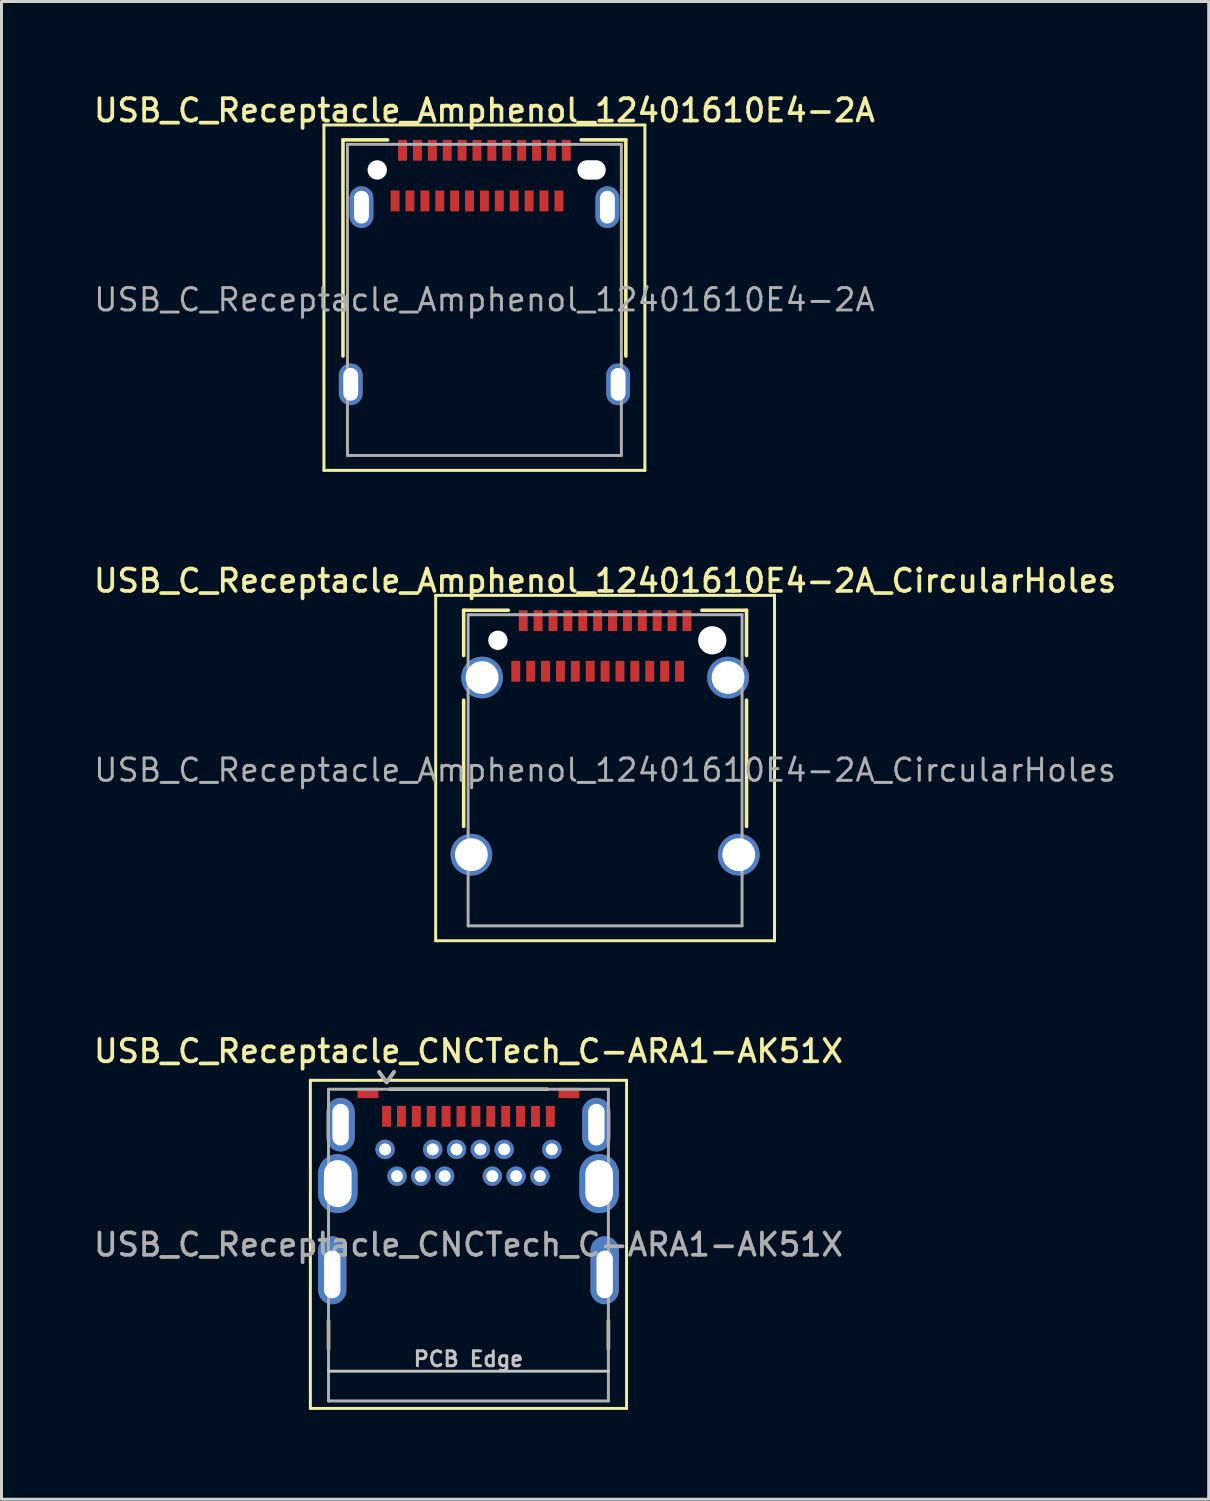
<source format=kicad_pcb>
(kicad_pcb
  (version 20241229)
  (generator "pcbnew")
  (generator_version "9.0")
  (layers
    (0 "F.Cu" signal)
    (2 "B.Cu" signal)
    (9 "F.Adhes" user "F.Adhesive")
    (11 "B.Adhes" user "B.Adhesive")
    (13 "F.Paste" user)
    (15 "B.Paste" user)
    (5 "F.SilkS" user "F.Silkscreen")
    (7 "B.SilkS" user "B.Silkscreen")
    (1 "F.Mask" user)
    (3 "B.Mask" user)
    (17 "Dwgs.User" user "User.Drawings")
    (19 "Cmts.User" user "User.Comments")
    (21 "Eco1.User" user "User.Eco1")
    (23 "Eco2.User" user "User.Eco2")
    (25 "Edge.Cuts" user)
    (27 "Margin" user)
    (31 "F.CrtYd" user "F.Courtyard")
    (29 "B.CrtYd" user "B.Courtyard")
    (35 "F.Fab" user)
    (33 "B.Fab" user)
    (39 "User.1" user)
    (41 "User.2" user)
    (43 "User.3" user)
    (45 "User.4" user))
  (footprint "USB_C_Receptacle_Amphenol_12401610E4-2A"
    (layer "F.Cu")
    (at 13.22 7.018)
    (property "Reference" "USB_C_Receptacle_Amphenol_12401610E4-2A" (at 0 -6.36 0) (layer "F.SilkS") (effects (font (size 0.75 0.75) (thickness 0.125))))
    (attr smd)
    (fp_line (start -5.39 -5.87) (end 5.39 -5.87) (stroke (width 0.1) (type solid)) (layer "F.SilkS"))
    (fp_line (start -5.39 5.73) (end -5.39 -5.87) (stroke (width 0.1) (type solid)) (layer "F.SilkS"))
    (fp_line (start -4.75 -5.37) (end -4.75 1.89) (stroke (width 0.12) (type solid)) (layer "F.SilkS"))
    (fp_line (start -4.75 -5.37) (end -3.25 -5.37) (stroke (width 0.12) (type solid)) (layer "F.SilkS"))
    (fp_line (start 3.25 -5.37) (end 4.75 -5.37) (stroke (width 0.12) (type solid)) (layer "F.SilkS"))
    (fp_line (start 4.75 -5.37) (end 4.75 1.89) (stroke (width 0.12) (type solid)) (layer "F.SilkS"))
    (fp_line (start 5.39 -5.87) (end 5.39 5.73) (stroke (width 0.1) (type solid)) (layer "F.SilkS"))
    (fp_line (start 5.39 5.73) (end -5.39 5.73) (stroke (width 0.1) (type solid)) (layer "F.SilkS"))
    (fp_line (start -4.6 -5.22) (end 4.6 -5.22) (stroke (width 0.1) (type solid)) (layer "F.Fab"))
    (fp_line (start -4.6 5.23) (end -4.6 -5.22) (stroke (width 0.1) (type solid)) (layer "F.Fab"))
    (fp_line (start -4.6 5.23) (end 4.6 5.23) (stroke (width 0.1) (type solid)) (layer "F.Fab"))
    (fp_line (start 4.6 5.23) (end 4.6 -5.22) (stroke (width 0.1) (type solid)) (layer "F.Fab"))
    (fp_text user "${REFERENCE}" (at 0 0 0) (layer "F.Fab") (effects (font (size 0.75 0.75) (thickness 0.1))))
    (pad "" np_thru_hole circle (at -3.6 -4.36) (size 0.65 0.65) (drill 0.65) (layers "*.Cu" "*.Mask"))
    (pad "" np_thru_hole oval (at 3.6 -4.36) (size 0.95 0.65) (drill oval 0.95 0.65) (layers "*.Cu" "*.Mask"))
    (pad "A1" smd rect (at -2.75 -5.02) (size 0.3 0.7) (layers "F.Cu" "F.Mask" "F.Paste"))
    (pad "A2" smd rect (at -2.25 -5.02) (size 0.3 0.7) (layers "F.Cu" "F.Mask" "F.Paste"))
    (pad "A3" smd rect (at -1.75 -5.02) (size 0.3 0.7) (layers "F.Cu" "F.Mask" "F.Paste"))
    (pad "A4" smd rect (at -1.25 -5.02) (size 0.3 0.7) (layers "F.Cu" "F.Mask" "F.Paste"))
    (pad "A5" smd rect (at -0.75 -5.02) (size 0.3 0.7) (layers "F.Cu" "F.Mask" "F.Paste"))
    (pad "A6" smd rect (at -0.25 -5.02) (size 0.3 0.7) (layers "F.Cu" "F.Mask" "F.Paste"))
    (pad "A7" smd rect (at 0.25 -5.02) (size 0.3 0.7) (layers "F.Cu" "F.Mask" "F.Paste"))
    (pad "A8" smd rect (at 0.75 -5.02) (size 0.3 0.7) (layers "F.Cu" "F.Mask" "F.Paste"))
    (pad "A9" smd rect (at 1.25 -5.02) (size 0.3 0.7) (layers "F.Cu" "F.Mask" "F.Paste"))
    (pad "A10" smd rect (at 1.75 -5.02) (size 0.3 0.7) (layers "F.Cu" "F.Mask" "F.Paste"))
    (pad "A11" smd rect (at 2.25 -5.02) (size 0.3 0.7) (layers "F.Cu" "F.Mask" "F.Paste"))
    (pad "A12" smd rect (at 2.75 -5.02) (size 0.3 0.7) (layers "F.Cu" "F.Mask" "F.Paste"))
    (pad "B1" smd rect (at 2.5 -3.32) (size 0.3 0.7) (layers "F.Cu" "F.Mask" "F.Paste"))
    (pad "B2" smd rect (at 2 -3.32) (size 0.3 0.7) (layers "F.Cu" "F.Mask" "F.Paste"))
    (pad "B3" smd rect (at 1.5 -3.32) (size 0.3 0.7) (layers "F.Cu" "F.Mask" "F.Paste"))
    (pad "B4" smd rect (at 1 -3.32) (size 0.3 0.7) (layers "F.Cu" "F.Mask" "F.Paste"))
    (pad "B5" smd rect (at 0.5 -3.32) (size 0.3 0.7) (layers "F.Cu" "F.Mask" "F.Paste"))
    (pad "B6" smd rect (at 0 -3.32) (size 0.3 0.7) (layers "F.Cu" "F.Mask" "F.Paste"))
    (pad "B7" smd rect (at -0.5 -3.32) (size 0.3 0.7) (layers "F.Cu" "F.Mask" "F.Paste"))
    (pad "B8" smd rect (at -1 -3.32) (size 0.3 0.7) (layers "F.Cu" "F.Mask" "F.Paste"))
    (pad "B9" smd rect (at -1.5 -3.32) (size 0.3 0.7) (layers "F.Cu" "F.Mask" "F.Paste"))
    (pad "B10" smd rect (at -2 -3.32) (size 0.3 0.7) (layers "F.Cu" "F.Mask" "F.Paste"))
    (pad "B11" smd rect (at -2.5 -3.32) (size 0.3 0.7) (layers "F.Cu" "F.Mask" "F.Paste"))
    (pad "B12" smd rect (at -3 -3.32) (size 0.3 0.7) (layers "F.Cu" "F.Mask" "F.Paste"))
    (pad "S1" thru_hole oval (at -4.49 2.84) (size 0.8 1.4) (drill oval 0.5 1.1) (layers "*.Cu" "*.Mask"))
    (pad "S1" thru_hole oval (at -4.13 -3.11) (size 0.8 1.4) (drill oval 0.5 1.1) (layers "*.Cu" "*.Mask"))
    (pad "S1" thru_hole oval (at 4.13 -3.11) (size 0.8 1.4) (drill oval 0.5 1.1) (layers "*.Cu" "*.Mask"))
    (pad "S1" thru_hole oval (at 4.49 2.84) (size 0.8 1.4) (drill oval 0.5 1.1) (layers "*.Cu" "*.Mask")))
  (footprint "USB_C_Receptacle_CNCTech_C-ARA1-AK51X"
    (layer "F.Cu")
    (at 12.684 37.754)
    (property "Reference" "USB_C_Receptacle_CNCTech_C-ARA1-AK51X" (at 0 -5.5 0) (layer "F.SilkS") (effects (font (size 0.75 0.75) (thickness 0.125))))
    (attr smd)
    (fp_line (start -5.31 -4.52) (end 5.31 -4.52) (stroke (width 0.1) (type solid)) (layer "F.SilkS"))
    (fp_line (start -5.31 6.5) (end -5.31 -4.52) (stroke (width 0.1) (type solid)) (layer "F.SilkS"))
    (fp_line (start -4.7 3.55) (end -4.7 4.5) (stroke (width 0.12) (type solid)) (layer "F.SilkS"))
    (fp_line (start -3 -4.8) (end -2.75 -4.45) (stroke (width 0.12) (type solid)) (layer "F.SilkS"))
    (fp_line (start -2.75 -4.45) (end -2.5 -4.8) (stroke (width 0.12) (type solid)) (layer "F.SilkS"))
    (fp_line (start -2.65 -4.22) (end 2.65 -4.22) (stroke (width 0.12) (type solid)) (layer "F.SilkS"))
    (fp_line (start 4.7 4.5) (end 4.7 3.55) (stroke (width 0.12) (type solid)) (layer "F.SilkS"))
    (fp_line (start 5.31 -4.52) (end 5.31 6.5) (stroke (width 0.1) (type solid)) (layer "F.SilkS"))
    (fp_line (start 5.31 6.5) (end -5.31 6.5) (stroke (width 0.1) (type solid)) (layer "F.SilkS"))
    (fp_line (start -4.7 5.25) (end 4.7 5.25) (stroke (width 0.1) (type solid)) (layer "Dwgs.User"))
    (fp_line (start -4.7 -4.22) (end 4.7 -4.22) (stroke (width 0.1) (type solid)) (layer "F.Fab"))
    (fp_line (start -4.7 6.25) (end -4.7 -4.22) (stroke (width 0.1) (type solid)) (layer "F.Fab"))
    (fp_line (start -3 -4.8) (end -2.75 -4.45) (stroke (width 0.12) (type solid)) (layer "F.Fab"))
    (fp_line (start -2.75 -4.45) (end -2.5 -4.8) (stroke (width 0.12) (type solid)) (layer "F.Fab"))
    (fp_line (start 4.7 -4.22) (end 4.7 6.25) (stroke (width 0.1) (type solid)) (layer "F.Fab"))
    (fp_line (start 4.7 6.25) (end -4.7 6.25) (stroke (width 0.1) (type solid)) (layer "F.Fab"))
    (fp_text user "PCB Edge" (at 0 4.84 0) (unlocked yes) (layer "Dwgs.User") (effects (font (size 0.5 0.5) (thickness 0.1))))
    (fp_text user "${REFERENCE}" (at 0 1 0) (layer "F.Fab") (effects (font (size 0.75 0.75) (thickness 0.125))))
    (pad "A1" smd rect (at -2.75 -3.31) (size 0.3 0.7) (layers "F.Cu" "F.Mask" "F.Paste"))
    (pad "A2" smd rect (at -2.25 -3.31) (size 0.3 0.7) (layers "F.Cu" "F.Mask" "F.Paste"))
    (pad "A3" smd rect (at -1.75 -3.31) (size 0.3 0.7) (layers "F.Cu" "F.Mask" "F.Paste"))
    (pad "A4" smd rect (at -1.25 -3.31) (size 0.3 0.7) (layers "F.Cu" "F.Mask" "F.Paste"))
    (pad "A5" smd rect (at -0.75 -3.31) (size 0.3 0.7) (layers "F.Cu" "F.Mask" "F.Paste"))
    (pad "A6" smd rect (at -0.25 -3.31) (size 0.3 0.7) (layers "F.Cu" "F.Mask" "F.Paste"))
    (pad "A7" smd rect (at 0.25 -3.31) (size 0.3 0.7) (layers "F.Cu" "F.Mask" "F.Paste"))
    (pad "A8" smd rect (at 0.75 -3.31) (size 0.3 0.7) (layers "F.Cu" "F.Mask" "F.Paste"))
    (pad "A9" smd rect (at 1.25 -3.31) (size 0.3 0.7) (layers "F.Cu" "F.Mask" "F.Paste"))
    (pad "A10" smd rect (at 1.75 -3.31) (size 0.3 0.7) (layers "F.Cu" "F.Mask" "F.Paste"))
    (pad "A11" smd rect (at 2.25 -3.31) (size 0.3 0.7) (layers "F.Cu" "F.Mask" "F.Paste"))
    (pad "A12" smd rect (at 2.75 -3.31) (size 0.3 0.7) (layers "F.Cu" "F.Mask" "F.Paste"))
    (pad "B1" thru_hole circle (at 2.8 -2.2) (size 0.65 0.65) (drill 0.4) (layers "*.Cu" "*.Mask" "F.Paste"))
    (pad "B2" thru_hole circle (at 2.4 -1.3) (size 0.65 0.65) (drill 0.4) (layers "*.Cu" "*.Mask" "F.Paste"))
    (pad "B3" thru_hole circle (at 1.6 -1.3) (size 0.65 0.65) (drill 0.4) (layers "*.Cu" "*.Mask" "F.Paste"))
    (pad "B4" thru_hole circle (at 1.2 -2.2) (size 0.65 0.65) (drill 0.4) (layers "*.Cu" "*.Mask" "F.Paste"))
    (pad "B5" thru_hole circle (at 0.8 -1.3) (size 0.65 0.65) (drill 0.4) (layers "*.Cu" "*.Mask" "F.Paste"))
    (pad "B6" thru_hole circle (at 0.4 -2.2) (size 0.65 0.65) (drill 0.4) (layers "*.Cu" "*.Mask" "F.Paste"))
    (pad "B7" thru_hole circle (at -0.4 -2.2) (size 0.65 0.65) (drill 0.4) (layers "*.Cu" "*.Mask" "F.Paste"))
    (pad "B8" thru_hole circle (at -0.8 -1.3) (size 0.65 0.65) (drill 0.4) (layers "*.Cu" "*.Mask" "F.Paste"))
    (pad "B9" thru_hole circle (at -1.2 -2.2) (size 0.65 0.65) (drill 0.4) (layers "*.Cu" "*.Mask" "F.Paste"))
    (pad "B10" thru_hole circle (at -1.6 -1.3) (size 0.65 0.65) (drill 0.4) (layers "*.Cu" "*.Mask" "F.Paste"))
    (pad "B11" thru_hole circle (at -2.4 -1.3) (size 0.65 0.65) (drill 0.4) (layers "*.Cu" "*.Mask" "F.Paste"))
    (pad "B12" thru_hole circle (at -2.8 -2.2) (size 0.65 0.65) (drill 0.4) (layers "*.Cu" "*.Mask" "F.Paste"))
    (pad "S1" thru_hole oval (at -4.575 2) (size 0.95 2.28) (drill oval 0.55 1.6 (offset 0 -0.14)) (layers "*.Cu" "*.Mask" "F.Paste"))
    (pad "S1" thru_hole oval (at -4.39 -1.05) (size 1.33 1.98) (drill oval 0.93 1.58) (layers "*.Cu" "*.Mask" "F.Paste"))
    (pad "S1" thru_hole oval (at -4.295 -3.03) (size 0.95 1.8) (drill oval 0.55 1.4) (layers "*.Cu" "*.Mask" "F.Paste"))
    (pad "S1" smd rect (at -3.375 -4.095) (size 0.7 0.35) (layers "F.Cu" "F.Mask" "F.Paste"))
    (pad "S1" smd rect (at 3.375 -4.095) (size 0.7 0.35) (layers "F.Cu" "F.Mask" "F.Paste"))
    (pad "S1" thru_hole oval (at 4.295 -3.03) (size 0.95 1.8) (drill oval 0.55 1.4) (layers "*.Cu" "*.Mask" "F.Paste"))
    (pad "S1" thru_hole oval (at 4.39 -1.05) (size 1.33 1.98) (drill oval 0.93 1.58) (layers "*.Cu" "*.Mask" "F.Paste"))
    (pad "S1" thru_hole oval (at 4.575 2) (size 0.95 2.28) (drill oval 0.55 1.6 (offset 0 -0.14)) (layers "*.Cu" "*.Mask" "F.Paste")))
  (footprint "USB_C_Receptacle_Amphenol_12401610E4-2A_CircularHoles"
    (layer "F.Cu")
    (at 17.273 22.816)
    (property "Reference" "USB_C_Receptacle_Amphenol_12401610E4-2A_CircularHoles" (at 0 -6.36 0) (layer "F.SilkS") (effects (font (size 0.75 0.75) (thickness 0.125))))
    (attr smd)
    (fp_line (start -5.69 -5.87) (end 5.69 -5.87) (stroke (width 0.1) (type solid)) (layer "F.SilkS"))
    (fp_line (start -5.69 5.73) (end -5.69 -5.87) (stroke (width 0.1) (type solid)) (layer "F.SilkS"))
    (fp_line (start -4.75 -5.37) (end -4.75 -3.85) (stroke (width 0.12) (type solid)) (layer "F.SilkS"))
    (fp_line (start -4.75 -5.37) (end -3.25 -5.37) (stroke (width 0.12) (type solid)) (layer "F.SilkS"))
    (fp_line (start -4.75 -2.35) (end -4.75 1.89) (stroke (width 0.12) (type solid)) (layer "F.SilkS"))
    (fp_line (start 3.25 -5.37) (end 4.75 -5.37) (stroke (width 0.12) (type solid)) (layer "F.SilkS"))
    (fp_line (start 4.75 -5.37) (end 4.75 -3.85) (stroke (width 0.12) (type solid)) (layer "F.SilkS"))
    (fp_line (start 4.75 -2.35) (end 4.75 1.89) (stroke (width 0.12) (type solid)) (layer "F.SilkS"))
    (fp_line (start 5.69 -5.87) (end 5.69 5.73) (stroke (width 0.1) (type solid)) (layer "F.SilkS"))
    (fp_line (start 5.69 5.73) (end -5.69 5.73) (stroke (width 0.1) (type solid)) (layer "F.SilkS"))
    (fp_line (start -4.6 -5.22) (end 4.6 -5.22) (stroke (width 0.1) (type solid)) (layer "F.Fab"))
    (fp_line (start -4.6 5.23) (end -4.6 -5.22) (stroke (width 0.1) (type solid)) (layer "F.Fab"))
    (fp_line (start -4.6 5.23) (end 4.6 5.23) (stroke (width 0.1) (type solid)) (layer "F.Fab"))
    (fp_line (start 4.6 5.23) (end 4.6 -5.22) (stroke (width 0.1) (type solid)) (layer "F.Fab"))
    (fp_text user "${REFERENCE}" (at 0 0 0) (layer "F.Fab") (effects (font (size 0.75 0.75) (thickness 0.1))))
    (pad "" np_thru_hole circle (at -3.6 -4.36) (size 0.65 0.65) (drill 0.65) (layers "*.Cu" "*.Mask"))
    (pad "" np_thru_hole circle (at 3.6 -4.36) (size 0.95 0.95) (drill 0.95) (layers "*.Cu" "*.Mask"))
    (pad "A1" smd rect (at -2.75 -5.02) (size 0.3 0.7) (layers "F.Cu" "F.Mask" "F.Paste"))
    (pad "A2" smd rect (at -2.25 -5.02) (size 0.3 0.7) (layers "F.Cu" "F.Mask" "F.Paste"))
    (pad "A3" smd rect (at -1.75 -5.02) (size 0.3 0.7) (layers "F.Cu" "F.Mask" "F.Paste"))
    (pad "A4" smd rect (at -1.25 -5.02) (size 0.3 0.7) (layers "F.Cu" "F.Mask" "F.Paste"))
    (pad "A5" smd rect (at -0.75 -5.02) (size 0.3 0.7) (layers "F.Cu" "F.Mask" "F.Paste"))
    (pad "A6" smd rect (at -0.25 -5.02) (size 0.3 0.7) (layers "F.Cu" "F.Mask" "F.Paste"))
    (pad "A7" smd rect (at 0.25 -5.02) (size 0.3 0.7) (layers "F.Cu" "F.Mask" "F.Paste"))
    (pad "A8" smd rect (at 0.75 -5.02) (size 0.3 0.7) (layers "F.Cu" "F.Mask" "F.Paste"))
    (pad "A9" smd rect (at 1.25 -5.02) (size 0.3 0.7) (layers "F.Cu" "F.Mask" "F.Paste"))
    (pad "A10" smd rect (at 1.75 -5.02) (size 0.3 0.7) (layers "F.Cu" "F.Mask" "F.Paste"))
    (pad "A11" smd rect (at 2.25 -5.02) (size 0.3 0.7) (layers "F.Cu" "F.Mask" "F.Paste"))
    (pad "A12" smd rect (at 2.75 -5.02) (size 0.3 0.7) (layers "F.Cu" "F.Mask" "F.Paste"))
    (pad "B1" smd rect (at 2.5 -3.32) (size 0.3 0.7) (layers "F.Cu" "F.Mask" "F.Paste"))
    (pad "B2" smd rect (at 2 -3.32) (size 0.3 0.7) (layers "F.Cu" "F.Mask" "F.Paste"))
    (pad "B3" smd rect (at 1.5 -3.32) (size 0.3 0.7) (layers "F.Cu" "F.Mask" "F.Paste"))
    (pad "B4" smd rect (at 1 -3.32) (size 0.3 0.7) (layers "F.Cu" "F.Mask" "F.Paste"))
    (pad "B5" smd rect (at 0.5 -3.32) (size 0.3 0.7) (layers "F.Cu" "F.Mask" "F.Paste"))
    (pad "B6" smd rect (at 0 -3.32) (size 0.3 0.7) (layers "F.Cu" "F.Mask" "F.Paste"))
    (pad "B7" smd rect (at -0.5 -3.32) (size 0.3 0.7) (layers "F.Cu" "F.Mask" "F.Paste"))
    (pad "B8" smd rect (at -1 -3.32) (size 0.3 0.7) (layers "F.Cu" "F.Mask" "F.Paste"))
    (pad "B9" smd rect (at -1.5 -3.32) (size 0.3 0.7) (layers "F.Cu" "F.Mask" "F.Paste"))
    (pad "B10" smd rect (at -2 -3.32) (size 0.3 0.7) (layers "F.Cu" "F.Mask" "F.Paste"))
    (pad "B11" smd rect (at -2.5 -3.32) (size 0.3 0.7) (layers "F.Cu" "F.Mask" "F.Paste"))
    (pad "B12" smd rect (at -3 -3.32) (size 0.3 0.7) (layers "F.Cu" "F.Mask" "F.Paste"))
    (pad "S1" thru_hole circle (at -4.49 2.84) (size 1.4 1.4) (drill 1.1) (layers "*.Cu" "*.Mask"))
    (pad "S1" thru_hole circle (at -4.13 -3.11) (size 1.4 1.4) (drill 1.1) (layers "*.Cu" "*.Mask"))
    (pad "S1" thru_hole circle (at 4.13 -3.11) (size 1.4 1.4) (drill 1.1) (layers "*.Cu" "*.Mask"))
    (pad "S1" thru_hole circle (at 4.49 2.84) (size 1.4 1.4) (drill 1.1) (layers "*.Cu" "*.Mask")))
  (gr_rect
    (start -3 -3)
    (end 37.546 47.304)
    (stroke (width 0.1) (type default))
    (fill no)
    (layer "Edge.Cuts")))
</source>
